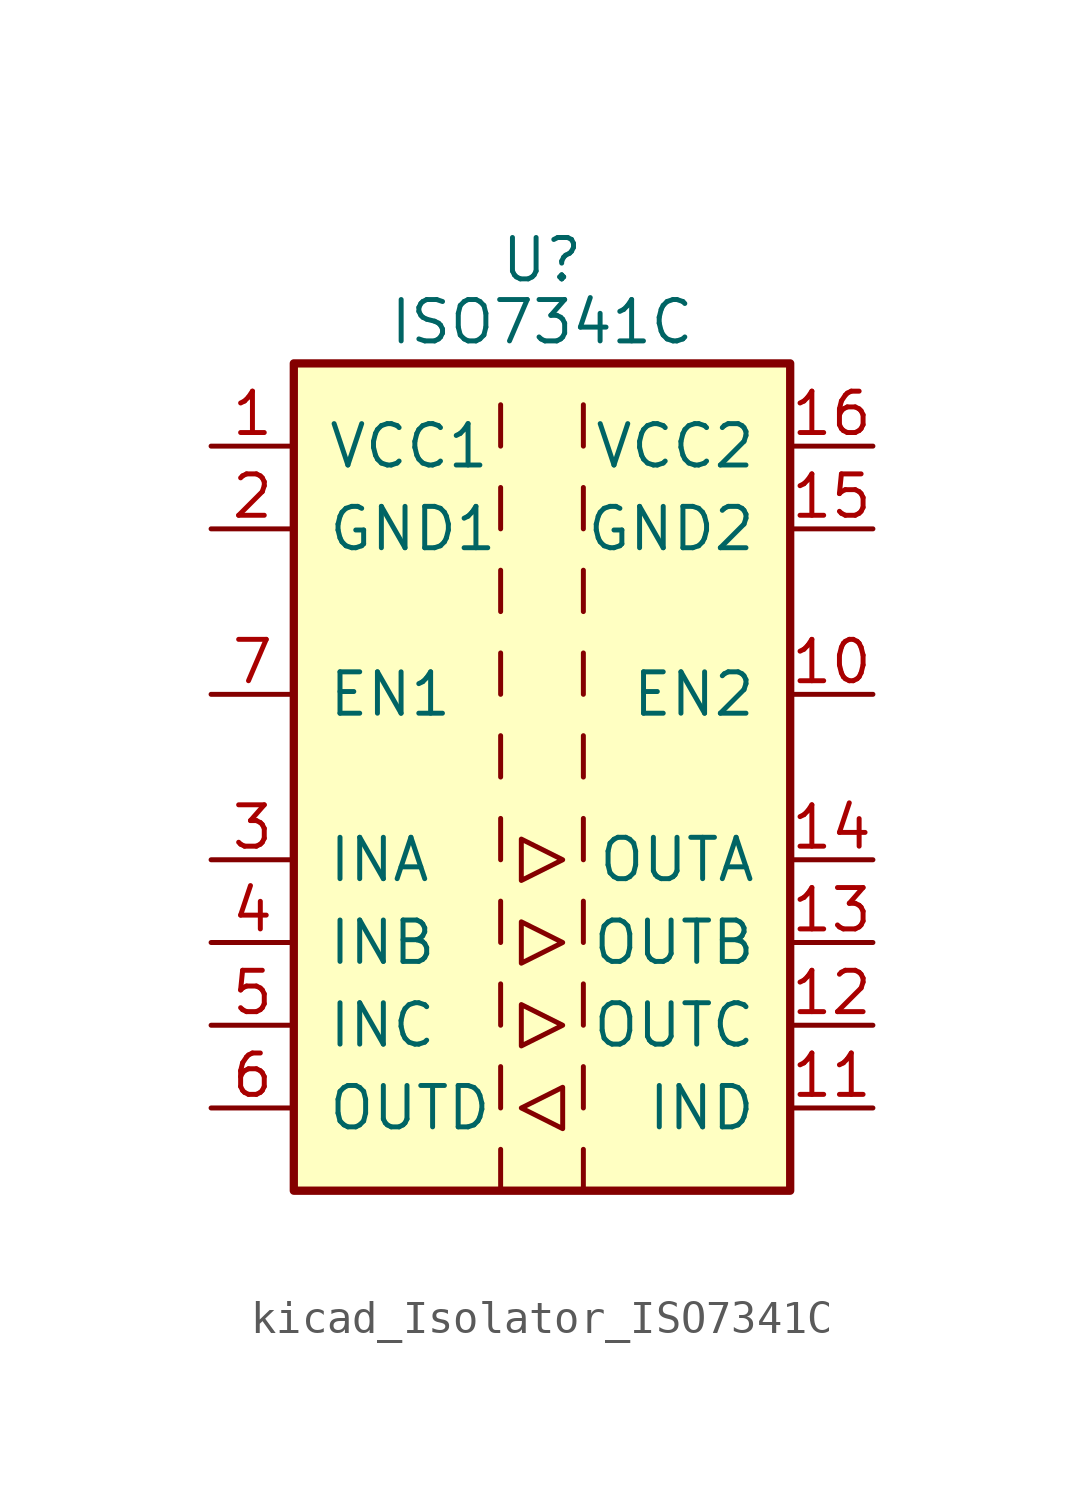
<source format=kicad_sym>
(kicad_symbol_lib
  (version 20220914)
  (generator kicad_symbol_editor)
  (symbol "kicad_Isolator_ISO7341C"
    (pin_names
      (offset 1.016))
    (property "Reference" "U"
      (at 0 15.875 0)
      (effects (font (size 1.27 1.27))))
    (property "Value" "ISO7341C"
      (at 0 13.97 0)
      (effects (font (size 1.27 1.27))))
    (symbol "kicad_Isolator_ISO7341C_0_1"
      (rectangle (start -7.62 12.7) (end 7.62 -12.7) (stroke (width 0.254) (type default)) (fill (type background)))
      (polyline (pts (xy -1.27 -11.43) (xy -1.27 -12.7)) (stroke (width 0) (type default)) (fill (type none)))
      (polyline (pts (xy -1.27 -8.89) (xy -1.27 -10.16)) (stroke (width 0) (type default)) (fill (type none)))
      (polyline (pts (xy -1.27 -6.35) (xy -1.27 -7.62)) (stroke (width 0) (type default)) (fill (type none)))
      (polyline (pts (xy -1.27 -3.81) (xy -1.27 -5.08)) (stroke (width 0) (type default)) (fill (type none)))
      (polyline (pts (xy -1.27 -1.27) (xy -1.27 -2.54)) (stroke (width 0) (type default)) (fill (type none)))
      (polyline (pts (xy -1.27 1.27) (xy -1.27 0)) (stroke (width 0) (type default)) (fill (type none)))
      (polyline (pts (xy -1.27 3.81) (xy -1.27 2.54)) (stroke (width 0) (type default)) (fill (type none)))
      (polyline (pts (xy -1.27 6.35) (xy -1.27 5.08)) (stroke (width 0) (type default)) (fill (type none)))
      (polyline (pts (xy -1.27 8.89) (xy -1.27 7.62)) (stroke (width 0) (type default)) (fill (type none)))
      (polyline (pts (xy -1.27 11.43) (xy -1.27 10.16)) (stroke (width 0) (type default)) (fill (type none)))
      (polyline (pts (xy 1.27 -11.43) (xy 1.27 -12.7)) (stroke (width 0) (type default)) (fill (type none)))
      (polyline (pts (xy 1.27 -8.89) (xy 1.27 -10.16)) (stroke (width 0) (type default)) (fill (type none)))
      (polyline (pts (xy 1.27 -6.35) (xy 1.27 -7.62)) (stroke (width 0) (type default)) (fill (type none)))
      (polyline (pts (xy 1.27 -3.81) (xy 1.27 -5.08)) (stroke (width 0) (type default)) (fill (type none)))
      (polyline (pts (xy 1.27 -1.27) (xy 1.27 -2.54)) (stroke (width 0) (type default)) (fill (type none)))
      (polyline (pts (xy 1.27 1.27) (xy 1.27 0)) (stroke (width 0) (type default)) (fill (type none)))
      (polyline (pts (xy 1.27 3.81) (xy 1.27 2.54)) (stroke (width 0) (type default)) (fill (type none)))
      (polyline (pts (xy 1.27 6.35) (xy 1.27 5.08)) (stroke (width 0) (type default)) (fill (type none)))
      (polyline (pts (xy 1.27 8.89) (xy 1.27 7.62)) (stroke (width 0) (type default)) (fill (type none)))
      (polyline (pts (xy 1.27 11.43) (xy 1.27 10.16)) (stroke (width 0) (type default)) (fill (type none)))
      (polyline (pts (xy -0.635 -10.16) (xy 0.635 -9.525) (xy 0.635 -10.795) (xy -0.635 -10.16)) (stroke (width 0) (type default)) (fill (type none)))
      (polyline (pts (xy -0.635 -6.985) (xy -0.635 -8.255) (xy 0.635 -7.62) (xy -0.635 -6.985)) (stroke (width 0) (type default)) (fill (type none)))
      (polyline (pts (xy -0.635 -4.445) (xy -0.635 -5.715) (xy 0.635 -5.08) (xy -0.635 -4.445)) (stroke (width 0) (type default)) (fill (type none)))
      (polyline (pts (xy -0.635 -1.905) (xy -0.635 -3.175) (xy 0.635 -2.54) (xy -0.635 -1.905)) (stroke (width 0) (type default)) (fill (type none))))
    (symbol "kicad_Isolator_ISO7341C_1_1"
      (pin power_in line (at -10.16 10.16 0) (length 2.54) (name "VCC1" (effects (font (size 1.27 1.27)))) (number "1" (effects (font (size 1.27 1.27)))))
      (pin input line (at 10.16 2.54 180) (length 2.54) (name "EN2" (effects (font (size 1.27 1.27)))) (number "10" (effects (font (size 1.27 1.27)))))
      (pin input line (at 10.16 -10.16 180) (length 2.54) (name "IND" (effects (font (size 1.27 1.27)))) (number "11" (effects (font (size 1.27 1.27)))))
      (pin output line (at 10.16 -7.62 180) (length 2.54) (name "OUTC" (effects (font (size 1.27 1.27)))) (number "12" (effects (font (size 1.27 1.27)))))
      (pin output line (at 10.16 -5.08 180) (length 2.54) (name "OUTB" (effects (font (size 1.27 1.27)))) (number "13" (effects (font (size 1.27 1.27)))))
      (pin output line (at 10.16 -2.54 180) (length 2.54) (name "OUTA" (effects (font (size 1.27 1.27)))) (number "14" (effects (font (size 1.27 1.27)))))
      (pin power_in line (at 10.16 7.62 180) (length 2.54) (name "GND2" (effects (font (size 1.27 1.27)))) (number "15" (effects (font (size 1.27 1.27)))))
      (pin power_in line (at 10.16 10.16 180) (length 2.54) (name "VCC2" (effects (font (size 1.27 1.27)))) (number "16" (effects (font (size 1.27 1.27)))))
      (pin power_in line (at -10.16 7.62 0) (length 2.54) (name "GND1" (effects (font (size 1.27 1.27)))) (number "2" (effects (font (size 1.27 1.27)))))
      (pin input line (at -10.16 -2.54 0) (length 2.54) (name "INA" (effects (font (size 1.27 1.27)))) (number "3" (effects (font (size 1.27 1.27)))))
      (pin input line (at -10.16 -5.08 0) (length 2.54) (name "INB" (effects (font (size 1.27 1.27)))) (number "4" (effects (font (size 1.27 1.27)))))
      (pin input line (at -10.16 -7.62 0) (length 2.54) (name "INC" (effects (font (size 1.27 1.27)))) (number "5" (effects (font (size 1.27 1.27)))))
      (pin output line (at -10.16 -10.16 0) (length 2.54) (name "OUTD" (effects (font (size 1.27 1.27)))) (number "6" (effects (font (size 1.27 1.27)))))
      (pin input line (at -10.16 2.54 0) (length 2.54) (name "EN1" (effects (font (size 1.27 1.27)))) (number "7" (effects (font (size 1.27 1.27)))))
      (pin passive line (at -10.16 7.62 0) (length 2.54) hide (name "GND1" (effects (font (size 1.27 1.27)))) (number "8" (effects (font (size 1.27 1.27)))))
      (pin passive line (at 10.16 7.62 180) (length 2.54) hide (name "GND2" (effects (font (size 1.27 1.27)))) (number "9" (effects (font (size 1.27 1.27))))))))
</source>
